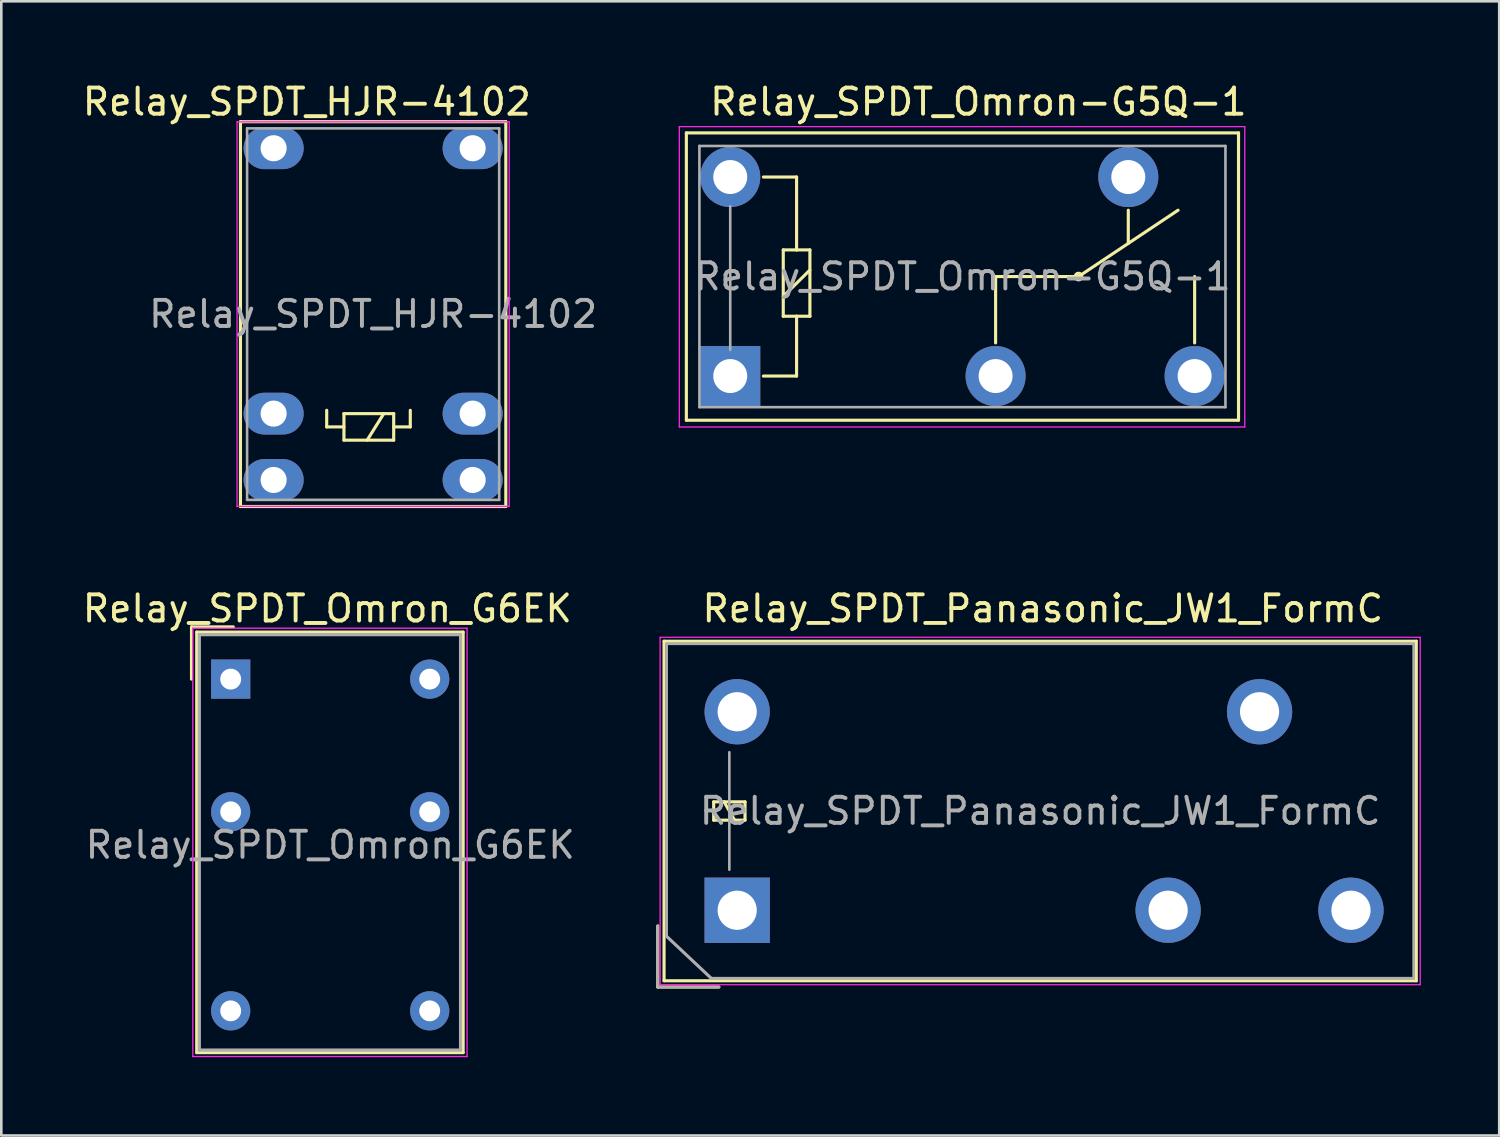
<source format=kicad_pcb>
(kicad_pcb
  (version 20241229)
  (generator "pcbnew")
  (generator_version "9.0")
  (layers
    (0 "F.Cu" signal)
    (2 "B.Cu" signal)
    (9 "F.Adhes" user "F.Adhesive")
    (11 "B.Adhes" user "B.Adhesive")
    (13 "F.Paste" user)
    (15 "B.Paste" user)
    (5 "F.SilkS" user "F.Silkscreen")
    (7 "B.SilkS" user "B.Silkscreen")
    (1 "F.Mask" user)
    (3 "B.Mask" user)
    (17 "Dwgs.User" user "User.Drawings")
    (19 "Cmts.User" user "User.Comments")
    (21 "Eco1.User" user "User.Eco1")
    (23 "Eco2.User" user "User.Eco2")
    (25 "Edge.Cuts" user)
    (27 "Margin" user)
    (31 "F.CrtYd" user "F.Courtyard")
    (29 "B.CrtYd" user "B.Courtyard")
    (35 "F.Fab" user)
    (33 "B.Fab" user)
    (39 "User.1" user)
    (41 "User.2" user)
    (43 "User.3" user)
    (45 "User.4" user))
  (footprint "Relay_SPDT_HJR-4102"
    (layer "F.Cu")
    (at 7.426 2.626)
    (property "Reference" "Relay_SPDT_HJR-4102" (at 1.27 -1.778 0) (layer "F.SilkS") (effects (font (size 1 1) (thickness 0.15))))
    (attr through_hole)
    (fp_line (start -1.27 -1.016) (end 8.89 -1.016) (stroke (width 0.12) (type solid)) (layer "F.SilkS"))
    (fp_line (start -1.27 13.716) (end -1.27 -1.016) (stroke (width 0.12) (type solid)) (layer "F.SilkS"))
    (fp_line (start 2.032 10.033) (end 2.032 10.668) (stroke (width 0.12) (type solid)) (layer "F.SilkS"))
    (fp_line (start 2.032 10.668) (end 2.692 10.668) (stroke (width 0.12) (type solid)) (layer "F.SilkS"))
    (fp_line (start 2.692 10.16) (end 2.692 11.176) (stroke (width 0.12) (type solid)) (layer "F.SilkS"))
    (fp_line (start 2.692 11.176) (end 4.597 11.176) (stroke (width 0.12) (type solid)) (layer "F.SilkS"))
    (fp_line (start 4.216 10.16) (end 3.581 11.176) (stroke (width 0.12) (type solid)) (layer "F.SilkS"))
    (fp_line (start 4.597 10.16) (end 2.692 10.16) (stroke (width 0.12) (type solid)) (layer "F.SilkS"))
    (fp_line (start 4.597 10.16) (end 4.597 11.176) (stroke (width 0.12) (type solid)) (layer "F.SilkS"))
    (fp_line (start 5.232 10.033) (end 5.232 10.668) (stroke (width 0.12) (type solid)) (layer "F.SilkS"))
    (fp_line (start 5.232 10.668) (end 4.597 10.668) (stroke (width 0.12) (type solid)) (layer "F.SilkS"))
    (fp_line (start 8.89 -1.016) (end 8.89 13.716) (stroke (width 0.12) (type solid)) (layer "F.SilkS"))
    (fp_line (start 8.89 13.716) (end -1.27 13.716) (stroke (width 0.12) (type solid)) (layer "F.SilkS"))
    (fp_line (start -1.4 -1.01) (end 9.02 -1.01) (stroke (width 0.05) (type solid)) (layer "F.CrtYd"))
    (fp_line (start -1.4 13.71) (end -1.4 -1.01) (stroke (width 0.05) (type solid)) (layer "F.CrtYd"))
    (fp_line (start 9.02 -1.01) (end 9.02 13.71) (stroke (width 0.05) (type solid)) (layer "F.CrtYd"))
    (fp_line (start 9.02 13.71) (end -1.4 13.71) (stroke (width 0.05) (type solid)) (layer "F.CrtYd"))
    (fp_line (start -1.016 -0.762) (end 8.636 -0.762) (stroke (width 0.1) (type solid)) (layer "F.Fab"))
    (fp_line (start -1.016 13.462) (end -1.016 -0.762) (stroke (width 0.1) (type solid)) (layer "F.Fab"))
    (fp_line (start 8.636 -0.762) (end 8.636 13.462) (stroke (width 0.1) (type solid)) (layer "F.Fab"))
    (fp_line (start 8.636 13.462) (end -1.016 13.462) (stroke (width 0.1) (type solid)) (layer "F.Fab"))
    (fp_text user "${REFERENCE}" (at 3.81 6.35 0) (layer "F.Fab") (effects (font (size 1 1) (thickness 0.15))))
    (pad "1" thru_hole oval (at 0 0) (size 2.3 1.6) (drill 1) (layers "*.Cu" "*.Mask"))
    (pad "5" thru_hole oval (at 0 10.16) (size 2.3 1.6) (drill 1) (layers "*.Cu" "*.Mask"))
    (pad "6" thru_hole oval (at 0 12.7) (size 2.3 1.6) (drill 1) (layers "*.Cu" "*.Mask"))
    (pad "7" thru_hole oval (at 7.62 12.7) (size 2.3 1.6) (drill 1) (layers "*.Cu" "*.Mask"))
    (pad "8" thru_hole oval (at 7.62 10.16) (size 2.3 1.6) (drill 1) (layers "*.Cu" "*.Mask"))
    (pad "12" thru_hole oval (at 7.62 0) (size 2.3 1.6) (drill 1) (layers "*.Cu" "*.Mask")))
  (footprint "Relay_SPDT_Omron-G5Q-1"
    (layer "F.Cu")
    (at 24.908 11.348)
    (property "Reference" "Relay_SPDT_Omron-G5Q-1" (at 9.5 -10.5 180) (layer "F.SilkS") (effects (font (size 1 1) (thickness 0.15))))
    (attr through_hole)
    (fp_line (start -1.68 -9.31) (end 19.46 -9.31) (stroke (width 0.12) (type solid)) (layer "F.SilkS"))
    (fp_line (start -1.68 1.69) (end -1.68 -9.31) (stroke (width 0.12) (type solid)) (layer "F.SilkS"))
    (fp_line (start -1.68 1.69) (end 19.46 1.69) (stroke (width 0.12) (type solid)) (layer "F.SilkS"))
    (fp_line (start 1.27 0) (end 2.54 0) (stroke (width 0.12) (type solid)) (layer "F.SilkS"))
    (fp_line (start 2.03 -4.83) (end 2.54 -4.83) (stroke (width 0.12) (type solid)) (layer "F.SilkS"))
    (fp_line (start 2.03 -3.05) (end 3.05 -4.06) (stroke (width 0.12) (type solid)) (layer "F.SilkS"))
    (fp_line (start 2.03 -2.29) (end 2.03 -4.83) (stroke (width 0.12) (type solid)) (layer "F.SilkS"))
    (fp_line (start 2.54 -7.62) (end 1.27 -7.62) (stroke (width 0.12) (type solid)) (layer "F.SilkS"))
    (fp_line (start 2.54 -4.83) (end 2.54 -7.62) (stroke (width 0.12) (type solid)) (layer "F.SilkS"))
    (fp_line (start 2.54 -4.83) (end 3.05 -4.83) (stroke (width 0.12) (type solid)) (layer "F.SilkS"))
    (fp_line (start 2.54 -2.29) (end 2.03 -2.29) (stroke (width 0.12) (type solid)) (layer "F.SilkS"))
    (fp_line (start 2.54 0) (end 2.54 -2.29) (stroke (width 0.12) (type solid)) (layer "F.SilkS"))
    (fp_line (start 3.05 -4.83) (end 3.05 -2.29) (stroke (width 0.12) (type solid)) (layer "F.SilkS"))
    (fp_line (start 3.05 -2.29) (end 2.54 -2.29) (stroke (width 0.12) (type solid)) (layer "F.SilkS"))
    (fp_line (start 10.16 -3.81) (end 13.335 -3.81) (stroke (width 0.12) (type solid)) (layer "F.SilkS"))
    (fp_line (start 10.16 -1.27) (end 10.16 -3.81) (stroke (width 0.12) (type solid)) (layer "F.SilkS"))
    (fp_line (start 13.335 -3.81) (end 17.145 -6.35) (stroke (width 0.12) (type solid)) (layer "F.SilkS"))
    (fp_line (start 15.24 -6.35) (end 15.24 -5.08) (stroke (width 0.12) (type solid)) (layer "F.SilkS"))
    (fp_line (start 17.78 -1.27) (end 17.78 -3.81) (stroke (width 0.12) (type solid)) (layer "F.SilkS"))
    (fp_line (start 19.46 1.69) (end 19.46 -9.31) (stroke (width 0.12) (type solid)) (layer "F.SilkS"))
    (fp_circle (center 13.335 -3.81) (end 13.462 -3.81) (stroke (width 0.12) (type solid)) (fill no) (layer "F.SilkS"))
    (fp_line (start -1.95 -9.55) (end 19.7 -9.55) (stroke (width 0.05) (type solid)) (layer "F.CrtYd"))
    (fp_line (start -1.95 1.95) (end -1.95 -9.55) (stroke (width 0.05) (type solid)) (layer "F.CrtYd"))
    (fp_line (start 19.7 -9.55) (end 19.7 1.95) (stroke (width 0.05) (type solid)) (layer "F.CrtYd"))
    (fp_line (start 19.7 1.95) (end -1.95 1.95) (stroke (width 0.05) (type solid)) (layer "F.CrtYd"))
    (fp_line (start -1.18 -8.81) (end 18.96 -8.81) (stroke (width 0.1) (type solid)) (layer "F.Fab"))
    (fp_line (start -1.18 1.19) (end -1.18 -8.81) (stroke (width 0.1) (type solid)) (layer "F.Fab"))
    (fp_line (start 0 -1) (end 0 -6.5) (stroke (width 0.1) (type solid)) (layer "F.Fab"))
    (fp_line (start 18.96 -8.81) (end 18.96 1.19) (stroke (width 0.1) (type solid)) (layer "F.Fab"))
    (fp_line (start 18.96 1.19) (end -1.18 1.19) (stroke (width 0.1) (type solid)) (layer "F.Fab"))
    (fp_text user "${REFERENCE}" (at 8.89 -3.81 0) (layer "F.Fab") (effects (font (size 1 1) (thickness 0.15))))
    (pad "1" thru_hole rect (at 0 0 180) (size 2.3 2.3) (drill 1.3) (layers "*.Cu" "*.Mask"))
    (pad "2" thru_hole circle (at 10.16 0 180) (size 2.3 2.3) (drill 1.3) (layers "*.Cu" "*.Mask"))
    (pad "3" thru_hole circle (at 17.78 0 180) (size 2.3 2.3) (drill 1.3) (layers "*.Cu" "*.Mask"))
    (pad "4" thru_hole circle (at 15.24 -7.62 180) (size 2.3 2.3) (drill 1.3) (layers "*.Cu" "*.Mask"))
    (pad "5" thru_hole circle (at 0 -7.62 180) (size 2.3 2.3) (drill 1.3) (layers "*.Cu" "*.Mask")))
  (footprint "Relay_SPDT_Panasonic_JW1_FormC"
    (layer "F.Cu")
    (at 25.174 31.8)
    (property "Reference" "Relay_SPDT_Panasonic_JW1_FormC" (at 11.7 -11.55 180) (layer "F.SilkS") (effects (font (size 1 1) (thickness 0.15))))
    (attr through_hole)
    (fp_line (start -3.04 2.94) (end -3.04 0.6) (stroke (width 0.12) (type solid)) (layer "F.SilkS"))
    (fp_line (start -2.8 -10.3) (end -2.8 2.7) (stroke (width 0.12) (type solid)) (layer "F.SilkS"))
    (fp_line (start -2.8 2.7) (end 26 2.7) (stroke (width 0.12) (type solid)) (layer "F.SilkS"))
    (fp_line (start -0.9 -4.15) (end -0.9 -3.45) (stroke (width 0.12) (type solid)) (layer "F.SilkS"))
    (fp_line (start -0.9 -3.45) (end 0.3 -3.45) (stroke (width 0.12) (type solid)) (layer "F.SilkS"))
    (fp_line (start -0.7 2.94) (end -3.04 2.94) (stroke (width 0.12) (type solid)) (layer "F.SilkS"))
    (fp_line (start -0.1 -3.45) (end -0.5 -4.15) (stroke (width 0.12) (type solid)) (layer "F.SilkS"))
    (fp_line (start 0.3 -4.15) (end -0.9 -4.15) (stroke (width 0.12) (type solid)) (layer "F.SilkS"))
    (fp_line (start 0.3 -3.45) (end 0.3 -4.15) (stroke (width 0.12) (type solid)) (layer "F.SilkS"))
    (fp_line (start 26 -10.3) (end -2.8 -10.3) (stroke (width 0.12) (type solid)) (layer "F.SilkS"))
    (fp_line (start 26 2.7) (end 26 -10.3) (stroke (width 0.12) (type solid)) (layer "F.SilkS"))
    (fp_line (start -2.95 -10.45) (end -2.95 2.85) (stroke (width 0.05) (type solid)) (layer "F.CrtYd"))
    (fp_line (start -2.95 2.85) (end 26.15 2.85) (stroke (width 0.05) (type solid)) (layer "F.CrtYd"))
    (fp_line (start 26.15 -10.45) (end -2.95 -10.45) (stroke (width 0.05) (type solid)) (layer "F.CrtYd"))
    (fp_line (start 26.15 2.85) (end 26.15 -10.45) (stroke (width 0.05) (type solid)) (layer "F.CrtYd"))
    (fp_line (start -3.04 2.94) (end -3.04 0.6) (stroke (width 0.1) (type solid)) (layer "F.Fab"))
    (fp_line (start -2.7 -10.2) (end -2.7 1) (stroke (width 0.1) (type solid)) (layer "F.Fab"))
    (fp_line (start -1 2.6) (end -2.7 1) (stroke (width 0.12) (type solid)) (layer "F.Fab"))
    (fp_line (start -1 2.6) (end 25.9 2.6) (stroke (width 0.1) (type solid)) (layer "F.Fab"))
    (fp_line (start -0.7 2.94) (end -3.04 2.94) (stroke (width 0.1) (type solid)) (layer "F.Fab"))
    (fp_line (start -0.3 -1.55) (end -0.3 -6.05) (stroke (width 0.1) (type solid)) (layer "F.Fab"))
    (fp_line (start 25.9 -10.2) (end -2.7 -10.2) (stroke (width 0.1) (type solid)) (layer "F.Fab"))
    (fp_line (start 25.9 2.6) (end 25.9 -10.2) (stroke (width 0.1) (type solid)) (layer "F.Fab"))
    (fp_text user "${REFERENCE}" (at 11.6 -3.8 180) (layer "F.Fab") (effects (font (size 1 1) (thickness 0.15))))
    (pad "1" thru_hole rect (at 0 0 90) (size 2.5 2.5) (drill 1.5) (layers "*.Cu" "*.Mask"))
    (pad "2" thru_hole oval (at 16.5 0 90) (size 2.5 2.5) (drill 1.5) (layers "*.Cu" "*.Mask"))
    (pad "4" thru_hole oval (at 23.5 0 90) (size 2.5 2.5) (drill 1.5) (layers "*.Cu" "*.Mask"))
    (pad "6" thru_hole oval (at 20 -7.6 90) (size 2.5 2.5) (drill 1.5) (layers "*.Cu" "*.Mask"))
    (pad "8" thru_hole oval (at 0 -7.6 90) (size 2.5 2.5) (drill 1.5) (layers "*.Cu" "*.Mask")))
  (footprint "Relay_SPDT_Omron_G6EK"
    (layer "F.Cu")
    (at 5.782 22.951)
    (property "Reference" "Relay_SPDT_Omron_G6EK" (at 3.7 -2.7 180) (layer "F.SilkS") (effects (font (size 1 1) (thickness 0.15))))
    (attr through_hole)
    (fp_line (start -1.5 -2) (end 0.1 -2) (stroke (width 0.12) (type solid)) (layer "F.SilkS"))
    (fp_line (start -1.5 0) (end -1.5 -2) (stroke (width 0.12) (type solid)) (layer "F.SilkS"))
    (fp_line (start -1.3 -1.8) (end 8.9 -1.8) (stroke (width 0.12) (type solid)) (layer "F.SilkS"))
    (fp_line (start -1.3 14.3) (end -1.3 -1.8) (stroke (width 0.12) (type solid)) (layer "F.SilkS"))
    (fp_line (start 8.9 -1.8) (end 8.9 14.3) (stroke (width 0.12) (type solid)) (layer "F.SilkS"))
    (fp_line (start 8.9 14.3) (end -1.3 14.3) (stroke (width 0.12) (type solid)) (layer "F.SilkS"))
    (fp_line (start -1.45 14.45) (end -1.45 -1.95) (stroke (width 0.05) (type solid)) (layer "F.CrtYd"))
    (fp_line (start -1.45 14.45) (end 9.05 14.45) (stroke (width 0.05) (type solid)) (layer "F.CrtYd"))
    (fp_line (start 9.05 -1.95) (end -1.45 -1.95) (stroke (width 0.05) (type solid)) (layer "F.CrtYd"))
    (fp_line (start 9.05 -1.95) (end 9.05 14.45) (stroke (width 0.05) (type solid)) (layer "F.CrtYd"))
    (fp_line (start -1.2 -1.7) (end -1.2 14.2) (stroke (width 0.12) (type solid)) (layer "F.Fab"))
    (fp_line (start -1.2 14.2) (end 8.8 14.2) (stroke (width 0.12) (type solid)) (layer "F.Fab"))
    (fp_line (start 8.8 -1.7) (end -1.2 -1.7) (stroke (width 0.12) (type solid)) (layer "F.Fab"))
    (fp_line (start 8.8 14.2) (end 8.8 -1.7) (stroke (width 0.12) (type solid)) (layer "F.Fab"))
    (fp_text user "${REFERENCE}" (at 3.81 6.35 0) (layer "F.Fab") (effects (font (size 1 1) (thickness 0.15))))
    (pad "1" thru_hole rect (at 0 0 270) (size 1.501 1.501) (drill 0.8) (layers "*.Cu" "*.Mask"))
    (pad "3" thru_hole circle (at 0 5.08 270) (size 1.501 1.501) (drill 0.8) (layers "*.Cu" "*.Mask"))
    (pad "6" thru_hole circle (at 0 12.7 270) (size 1.501 1.501) (drill 0.8) (layers "*.Cu" "*.Mask"))
    (pad "7" thru_hole circle (at 7.62 12.7 270) (size 1.501 1.501) (drill 0.8) (layers "*.Cu" "*.Mask"))
    (pad "10" thru_hole circle (at 7.62 5.08 270) (size 1.501 1.501) (drill 0.8) (layers "*.Cu" "*.Mask"))
    (pad "12" thru_hole circle (at 7.62 0 270) (size 1.501 1.501) (drill 0.8) (layers "*.Cu" "*.Mask")))
  (gr_rect
    (start -3 -3)
    (end 54.349 40.425)
    (stroke (width 0.1) (type default))
    (fill no)
    (layer "Edge.Cuts")))
</source>
